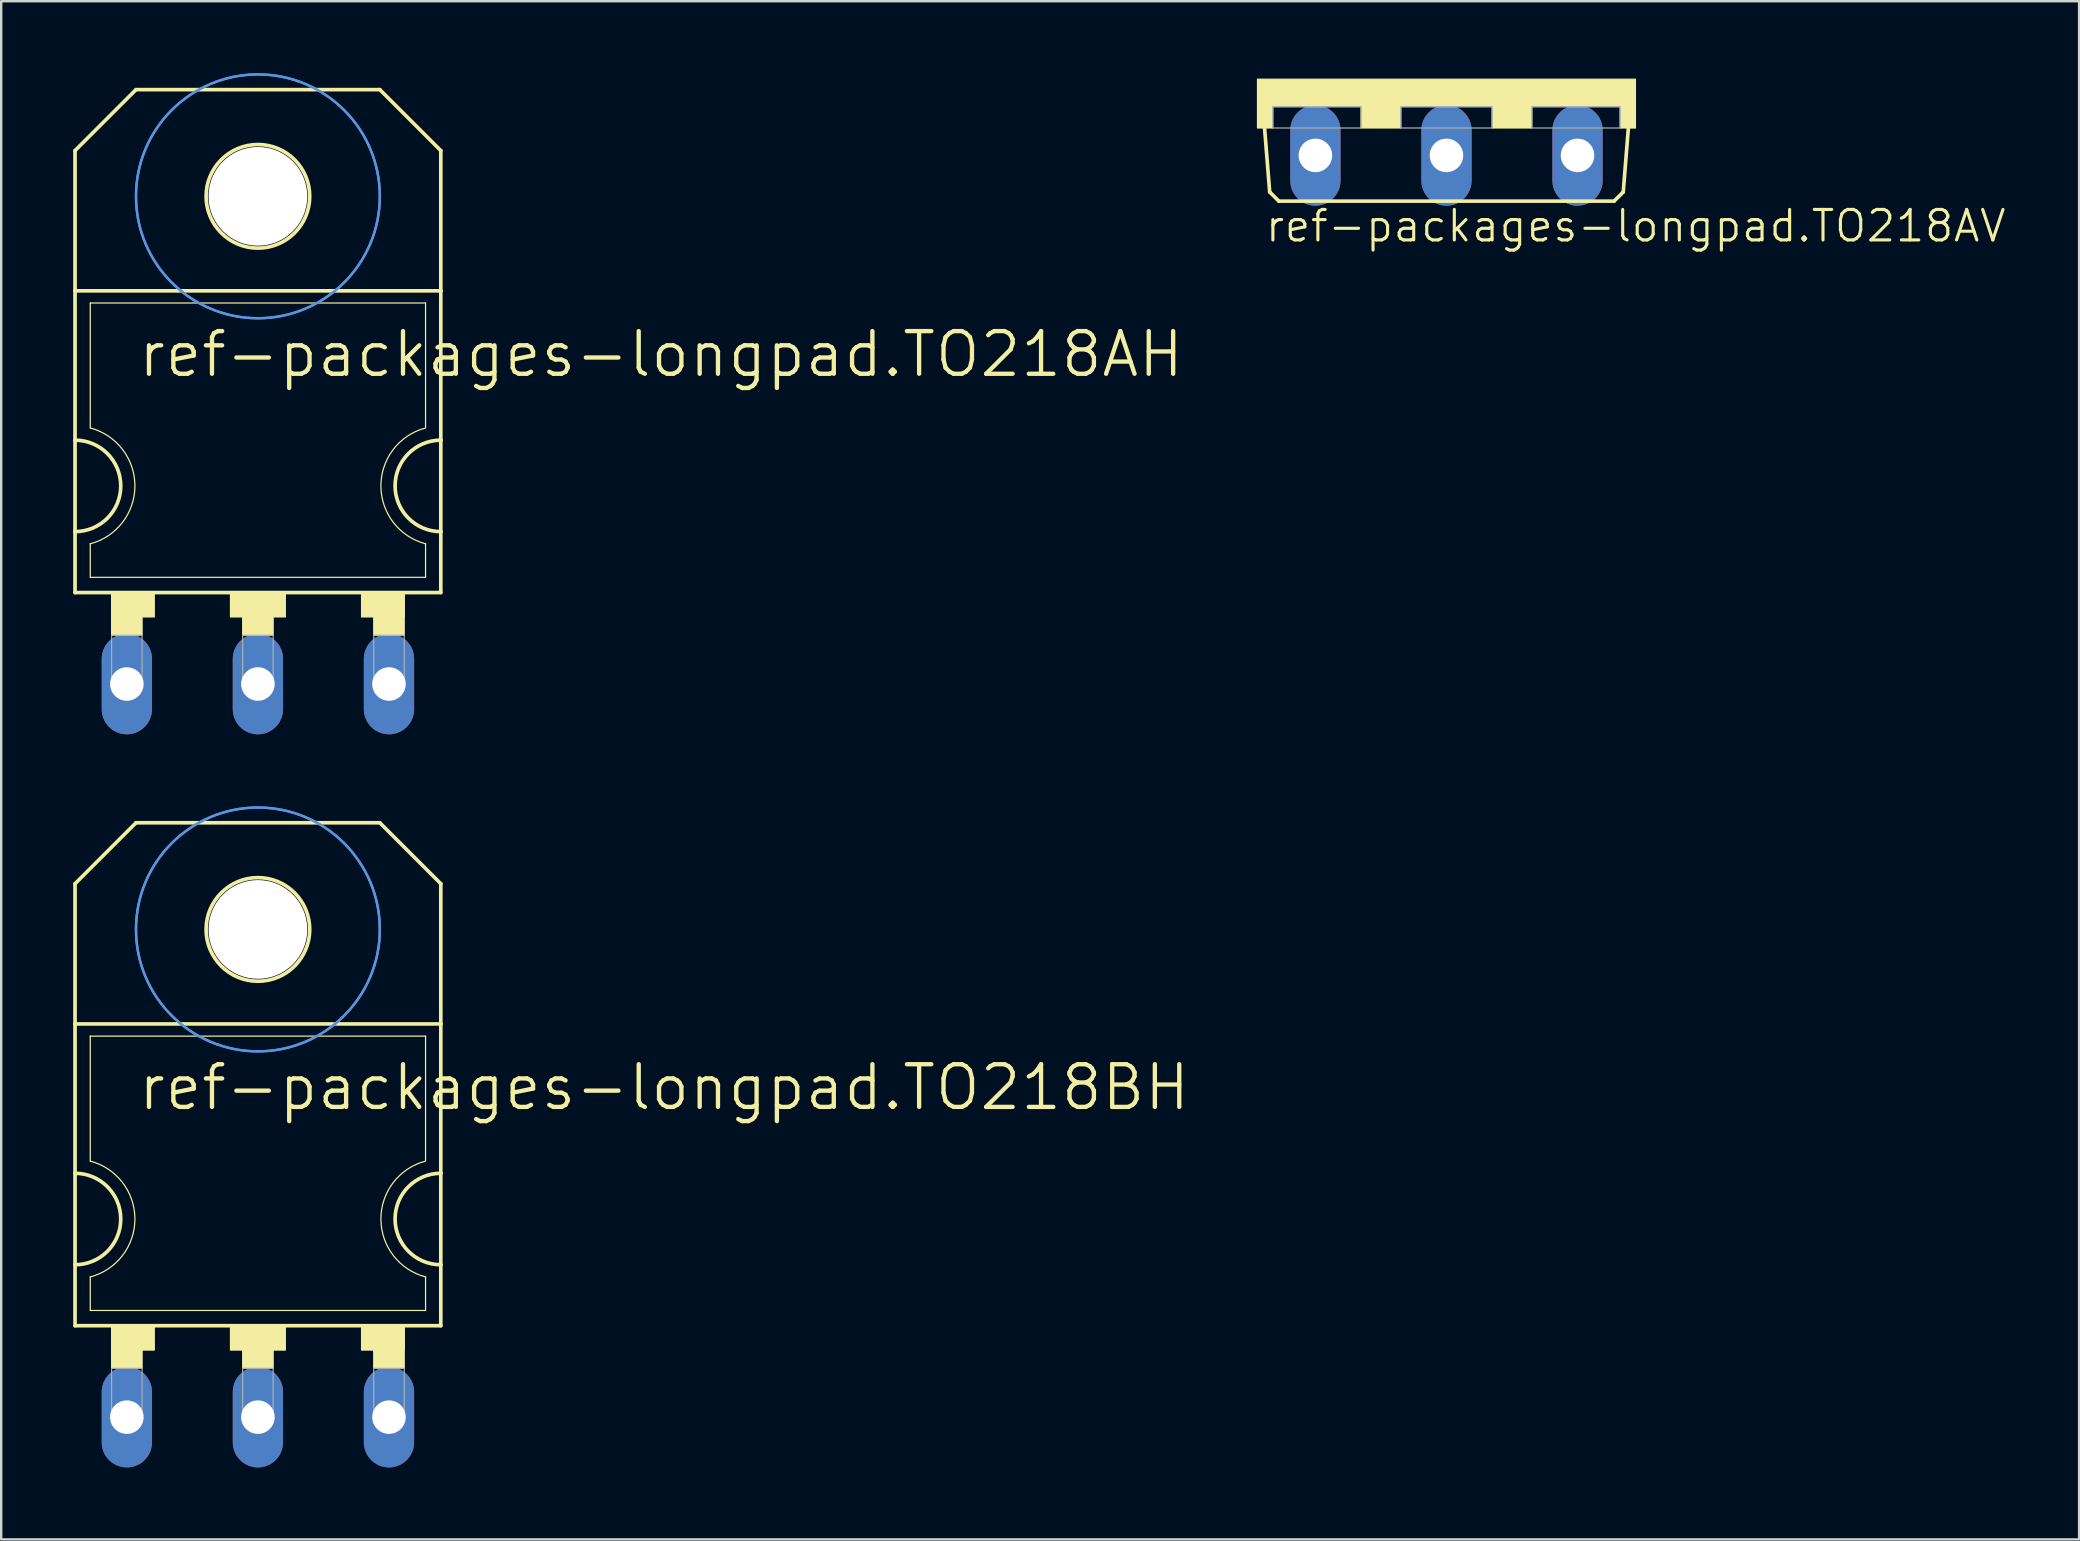
<source format=kicad_pcb>
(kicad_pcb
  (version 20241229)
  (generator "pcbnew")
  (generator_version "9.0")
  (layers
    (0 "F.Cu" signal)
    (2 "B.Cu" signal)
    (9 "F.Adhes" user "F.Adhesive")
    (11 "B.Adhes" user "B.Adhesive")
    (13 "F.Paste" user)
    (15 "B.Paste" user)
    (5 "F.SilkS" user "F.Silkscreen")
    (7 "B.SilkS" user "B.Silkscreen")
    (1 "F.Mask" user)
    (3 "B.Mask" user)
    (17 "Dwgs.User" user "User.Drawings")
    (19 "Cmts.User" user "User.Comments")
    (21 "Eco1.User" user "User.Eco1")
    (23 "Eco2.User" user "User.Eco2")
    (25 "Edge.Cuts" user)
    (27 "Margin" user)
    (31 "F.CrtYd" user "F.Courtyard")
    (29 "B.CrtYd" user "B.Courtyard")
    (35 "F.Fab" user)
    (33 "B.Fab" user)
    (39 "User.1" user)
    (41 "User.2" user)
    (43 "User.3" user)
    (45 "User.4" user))
  (footprint "ref-packages-longpad.TO218BH"
    (layer "F.Cu")
    (at 7.696 45.836)
    (property "Reference" "ref-packages-longpad.TO218BH" (at -5.08 -2.54 0) (layer "F.SilkS") (effects (font (size 1.778 1.778) (thickness 0.18)) (justify left bottom)))
    (attr through_hole)
    (fp_line (start -7.62 -12.065) (end -7.62 -6.223) (stroke (width 0.152) (type default)) (layer "F.SilkS"))
    (fp_line (start -7.62 -12.065) (end -5.08 -14.605) (stroke (width 0.152) (type default)) (layer "F.SilkS"))
    (fp_line (start -7.62 0) (end -7.62 -6.223) (stroke (width 0.152) (type default)) (layer "F.SilkS"))
    (fp_line (start -7.62 3.81) (end -7.62 0) (stroke (width 0.152) (type default)) (layer "F.SilkS"))
    (fp_line (start -7.62 6.35) (end -7.62 3.81) (stroke (width 0.152) (type default)) (layer "F.SilkS"))
    (fp_line (start -7.62 6.35) (end 7.62 6.35) (stroke (width 0.152) (type default)) (layer "F.SilkS"))
    (fp_line (start -6.985 -0.508) (end -6.985 -5.715) (stroke (width 0.051) (type default)) (layer "F.SilkS"))
    (fp_line (start -6.985 5.715) (end -6.985 4.318) (stroke (width 0.051) (type default)) (layer "F.SilkS"))
    (fp_line (start -6.985 5.715) (end 6.985 5.715) (stroke (width 0.051) (type default)) (layer "F.SilkS"))
    (fp_line (start 5.08 -14.605) (end -5.08 -14.605) (stroke (width 0.152) (type default)) (layer "F.SilkS"))
    (fp_line (start 6.985 -5.715) (end -6.985 -5.715) (stroke (width 0.051) (type default)) (layer "F.SilkS"))
    (fp_line (start 6.985 -0.508) (end 6.985 -5.715) (stroke (width 0.051) (type default)) (layer "F.SilkS"))
    (fp_line (start 6.985 5.715) (end 6.985 4.318) (stroke (width 0.051) (type default)) (layer "F.SilkS"))
    (fp_line (start 7.62 -12.065) (end 5.08 -14.605) (stroke (width 0.152) (type default)) (layer "F.SilkS"))
    (fp_line (start 7.62 -12.065) (end 7.62 -6.223) (stroke (width 0.152) (type default)) (layer "F.SilkS"))
    (fp_line (start 7.62 -6.223) (end -7.62 -6.223) (stroke (width 0.152) (type default)) (layer "F.SilkS"))
    (fp_line (start 7.62 -6.223) (end 7.62 0) (stroke (width 0.152) (type default)) (layer "F.SilkS"))
    (fp_line (start 7.62 0) (end 7.62 3.81) (stroke (width 0.152) (type default)) (layer "F.SilkS"))
    (fp_line (start 7.62 3.81) (end 7.62 6.35) (stroke (width 0.152) (type default)) (layer "F.SilkS"))
    (fp_rect (start -6.096 7.366) (end -4.318 6.35) (stroke (width 0.05) (type default)) (fill yes) (layer "F.SilkS"))
    (fp_rect (start -6.096 8.128) (end -4.826 6.35) (stroke (width 0.05) (type default)) (fill yes) (layer "F.SilkS"))
    (fp_rect (start -1.143 7.366) (end 1.143 6.35) (stroke (width 0.05) (type default)) (fill yes) (layer "F.SilkS"))
    (fp_rect (start -0.635 8.128) (end 0.635 6.35) (stroke (width 0.05) (type default)) (fill yes) (layer "F.SilkS"))
    (fp_rect (start 4.318 7.366) (end 6.096 6.35) (stroke (width 0.05) (type default)) (fill yes) (layer "F.SilkS"))
    (fp_rect (start 4.826 8.128) (end 6.096 6.35) (stroke (width 0.05) (type default)) (fill yes) (layer "F.SilkS"))
    (fp_arc (start -7.62 0) (mid -5.715 1.905) (end -7.62 3.81) (stroke (width 0.1524) (type default)) (layer "F.SilkS"))
    (fp_arc (start -6.985 -0.508) (mid -5.124846 1.905) (end -6.985 4.318) (stroke (width 0.0508) (type default)) (layer "F.SilkS"))
    (fp_arc (start 6.9851 4.3178) (mid 5.125027 1.921942) (end 6.9522 -0.4991) (stroke (width 0.0508) (type default)) (layer "F.SilkS"))
    (fp_arc (start 7.62 3.81) (mid 5.715 1.905) (end 7.62 0) (stroke (width 0.1524) (type default)) (layer "F.SilkS"))
    (fp_circle (center 0 -10.16) (end 2.159 -10.16) (stroke (width 0.152) (type default)) (fill no) (layer "F.SilkS"))
    (fp_circle (center 0 -10.16) (end 5.08 -10.16) (stroke (width 0.1) (type default)) (fill no) (layer "Cmts.User"))
    (fp_circle (center 0 -10.16) (end 5.08 -10.16) (stroke (width 0.1) (type default)) (fill no) (layer "Cmts.User"))
    (fp_rect (start -6.096 10.287) (end -4.826 8.128) (stroke (width 0.05) (type default)) (fill no) (layer "F.Fab"))
    (fp_rect (start -0.635 10.287) (end 0.635 8.128) (stroke (width 0.05) (type default)) (fill no) (layer "F.Fab"))
    (fp_rect (start 4.826 10.287) (end 6.096 8.128) (stroke (width 0.05) (type default)) (fill no) (layer "F.Fab"))
    (pad "" np_thru_hole circle (at 0 -10.16) (size 4.115 4.115) (drill 4.115) (layers "*.Cu" "*.Mask"))
    (pad "D" thru_hole oval (at 0 10.16 90) (size 4.191 2.095) (drill 1.397) (layers "*.Cu" "*.Mask"))
    (pad "G" thru_hole oval (at -5.461 10.16 90) (size 4.191 2.095) (drill 1.397) (layers "*.Cu" "*.Mask"))
    (pad "S" thru_hole oval (at 5.461 10.16 90) (size 4.191 2.095) (drill 1.397) (layers "*.Cu" "*.Mask")))
  (footprint "ref-packages-longpad.TO218AH"
    (layer "F.Cu")
    (at 7.696 15.29)
    (property "Reference" "ref-packages-longpad.TO218AH" (at -5.08 -2.54 0) (layer "F.SilkS") (effects (font (size 1.778 1.778) (thickness 0.18)) (justify left bottom)))
    (attr through_hole)
    (fp_line (start -7.62 -12.065) (end -7.62 -6.223) (stroke (width 0.152) (type default)) (layer "F.SilkS"))
    (fp_line (start -7.62 -12.065) (end -5.08 -14.605) (stroke (width 0.152) (type default)) (layer "F.SilkS"))
    (fp_line (start -7.62 0) (end -7.62 -6.223) (stroke (width 0.152) (type default)) (layer "F.SilkS"))
    (fp_line (start -7.62 3.81) (end -7.62 0) (stroke (width 0.152) (type default)) (layer "F.SilkS"))
    (fp_line (start -7.62 6.35) (end -7.62 3.81) (stroke (width 0.152) (type default)) (layer "F.SilkS"))
    (fp_line (start -7.62 6.35) (end 7.62 6.35) (stroke (width 0.152) (type default)) (layer "F.SilkS"))
    (fp_line (start -6.985 -0.508) (end -6.985 -5.715) (stroke (width 0.051) (type default)) (layer "F.SilkS"))
    (fp_line (start -6.985 5.715) (end -6.985 4.318) (stroke (width 0.051) (type default)) (layer "F.SilkS"))
    (fp_line (start -6.985 5.715) (end 6.985 5.715) (stroke (width 0.051) (type default)) (layer "F.SilkS"))
    (fp_line (start 5.08 -14.605) (end -5.08 -14.605) (stroke (width 0.152) (type default)) (layer "F.SilkS"))
    (fp_line (start 6.985 -5.715) (end -6.985 -5.715) (stroke (width 0.051) (type default)) (layer "F.SilkS"))
    (fp_line (start 6.985 -0.508) (end 6.985 -5.715) (stroke (width 0.051) (type default)) (layer "F.SilkS"))
    (fp_line (start 6.985 5.715) (end 6.985 4.318) (stroke (width 0.051) (type default)) (layer "F.SilkS"))
    (fp_line (start 7.62 -12.065) (end 5.08 -14.605) (stroke (width 0.152) (type default)) (layer "F.SilkS"))
    (fp_line (start 7.62 -12.065) (end 7.62 -6.223) (stroke (width 0.152) (type default)) (layer "F.SilkS"))
    (fp_line (start 7.62 -6.223) (end -7.62 -6.223) (stroke (width 0.152) (type default)) (layer "F.SilkS"))
    (fp_line (start 7.62 -6.223) (end 7.62 0) (stroke (width 0.152) (type default)) (layer "F.SilkS"))
    (fp_line (start 7.62 0) (end 7.62 3.81) (stroke (width 0.152) (type default)) (layer "F.SilkS"))
    (fp_line (start 7.62 3.81) (end 7.62 6.35) (stroke (width 0.152) (type default)) (layer "F.SilkS"))
    (fp_rect (start -6.096 7.366) (end -4.318 6.35) (stroke (width 0.05) (type default)) (fill yes) (layer "F.SilkS"))
    (fp_rect (start -6.096 8.128) (end -4.826 6.35) (stroke (width 0.05) (type default)) (fill yes) (layer "F.SilkS"))
    (fp_rect (start -1.143 7.366) (end 1.143 6.35) (stroke (width 0.05) (type default)) (fill yes) (layer "F.SilkS"))
    (fp_rect (start -0.635 8.128) (end 0.635 6.35) (stroke (width 0.05) (type default)) (fill yes) (layer "F.SilkS"))
    (fp_rect (start 4.318 7.366) (end 6.096 6.35) (stroke (width 0.05) (type default)) (fill yes) (layer "F.SilkS"))
    (fp_rect (start 4.826 8.128) (end 6.096 6.35) (stroke (width 0.05) (type default)) (fill yes) (layer "F.SilkS"))
    (fp_arc (start -7.62 0) (mid -5.715 1.905) (end -7.62 3.81) (stroke (width 0.1524) (type default)) (layer "F.SilkS"))
    (fp_arc (start -6.985 -0.508) (mid -5.124846 1.905) (end -6.985 4.318) (stroke (width 0.0508) (type default)) (layer "F.SilkS"))
    (fp_arc (start 6.9851 4.3178) (mid 5.125027 1.921942) (end 6.9522 -0.4991) (stroke (width 0.0508) (type default)) (layer "F.SilkS"))
    (fp_arc (start 7.62 3.81) (mid 5.715 1.905) (end 7.62 0) (stroke (width 0.1524) (type default)) (layer "F.SilkS"))
    (fp_circle (center 0 -10.16) (end 2.159 -10.16) (stroke (width 0.152) (type default)) (fill no) (layer "F.SilkS"))
    (fp_circle (center 0 -10.16) (end 5.08 -10.16) (stroke (width 0.1) (type default)) (fill no) (layer "Cmts.User"))
    (fp_circle (center 0 -10.16) (end 5.08 -10.16) (stroke (width 0.1) (type default)) (fill no) (layer "Cmts.User"))
    (fp_rect (start -6.096 10.287) (end -4.826 8.128) (stroke (width 0.05) (type default)) (fill no) (layer "F.Fab"))
    (fp_rect (start -0.635 10.287) (end 0.635 8.128) (stroke (width 0.05) (type default)) (fill no) (layer "F.Fab"))
    (fp_rect (start 4.826 10.287) (end 6.096 8.128) (stroke (width 0.05) (type default)) (fill no) (layer "F.Fab"))
    (pad "" np_thru_hole circle (at 0 -10.16) (size 4.115 4.115) (drill 4.115) (layers "*.Cu" "*.Mask"))
    (pad "B" thru_hole oval (at -5.461 10.16 90) (size 4.191 2.095) (drill 1.397) (layers "*.Cu" "*.Mask"))
    (pad "C" thru_hole oval (at 0 10.16 90) (size 4.191 2.095) (drill 1.397) (layers "*.Cu" "*.Mask"))
    (pad "E" thru_hole oval (at 5.461 10.16 90) (size 4.191 2.095) (drill 1.397) (layers "*.Cu" "*.Mask")))
  (footprint "ref-packages-longpad.TO218AV"
    (layer "F.Cu")
    (at 57.218 0.25)
    (property "Reference" "ref-packages-longpad.TO218AV" (at -7.62 6.858 0) (layer "F.SilkS") (effects (font (size 1.27 1.27) (thickness 0.13)) (justify left bottom)))
    (attr through_hole)
    (fp_line (start -7.366 4.699) (end -7.62 1.524) (stroke (width 0.152) (type default)) (layer "F.SilkS"))
    (fp_line (start -6.985 5.08) (end -7.366 4.699) (stroke (width 0.152) (type default)) (layer "F.SilkS"))
    (fp_line (start -6.985 5.08) (end 6.985 5.08) (stroke (width 0.152) (type default)) (layer "F.SilkS"))
    (fp_line (start 6.985 5.08) (end 7.366 4.699) (stroke (width 0.152) (type default)) (layer "F.SilkS"))
    (fp_line (start 7.366 4.699) (end 7.62 1.524) (stroke (width 0.152) (type default)) (layer "F.SilkS"))
    (fp_rect (start -7.874 1.143) (end 7.874 0) (stroke (width 0.05) (type default)) (fill yes) (layer "F.SilkS"))
    (fp_rect (start -7.874 2.032) (end -7.239 1.143) (stroke (width 0.05) (type default)) (fill yes) (layer "F.SilkS"))
    (fp_rect (start -3.556 2.032) (end -1.905 1.143) (stroke (width 0.05) (type default)) (fill yes) (layer "F.SilkS"))
    (fp_rect (start 1.905 2.032) (end 3.556 1.143) (stroke (width 0.05) (type default)) (fill yes) (layer "F.SilkS"))
    (fp_rect (start 7.239 2.032) (end 7.874 1.143) (stroke (width 0.05) (type default)) (fill yes) (layer "F.SilkS"))
    (fp_rect (start -7.239 2.032) (end -3.556 1.143) (stroke (width 0.05) (type default)) (fill no) (layer "F.Fab"))
    (fp_rect (start -1.905 2.032) (end 1.905 1.143) (stroke (width 0.05) (type default)) (fill no) (layer "F.Fab"))
    (fp_rect (start 3.556 2.032) (end 7.239 1.143) (stroke (width 0.05) (type default)) (fill no) (layer "F.Fab"))
    (pad "B" thru_hole oval (at -5.461 3.175 90) (size 4.191 2.095) (drill 1.397) (layers "*.Cu" "*.Mask"))
    (pad "C" thru_hole oval (at 0 3.175 90) (size 4.191 2.095) (drill 1.397) (layers "*.Cu" "*.Mask"))
    (pad "E" thru_hole oval (at 5.461 3.175 90) (size 4.191 2.095) (drill 1.397) (layers "*.Cu" "*.Mask")))
  (gr_rect
    (start -3 -3)
    (end 83.577 61.091)
    (stroke (width 0.1) (type default))
    (fill no)
    (layer "Edge.Cuts")))
</source>
